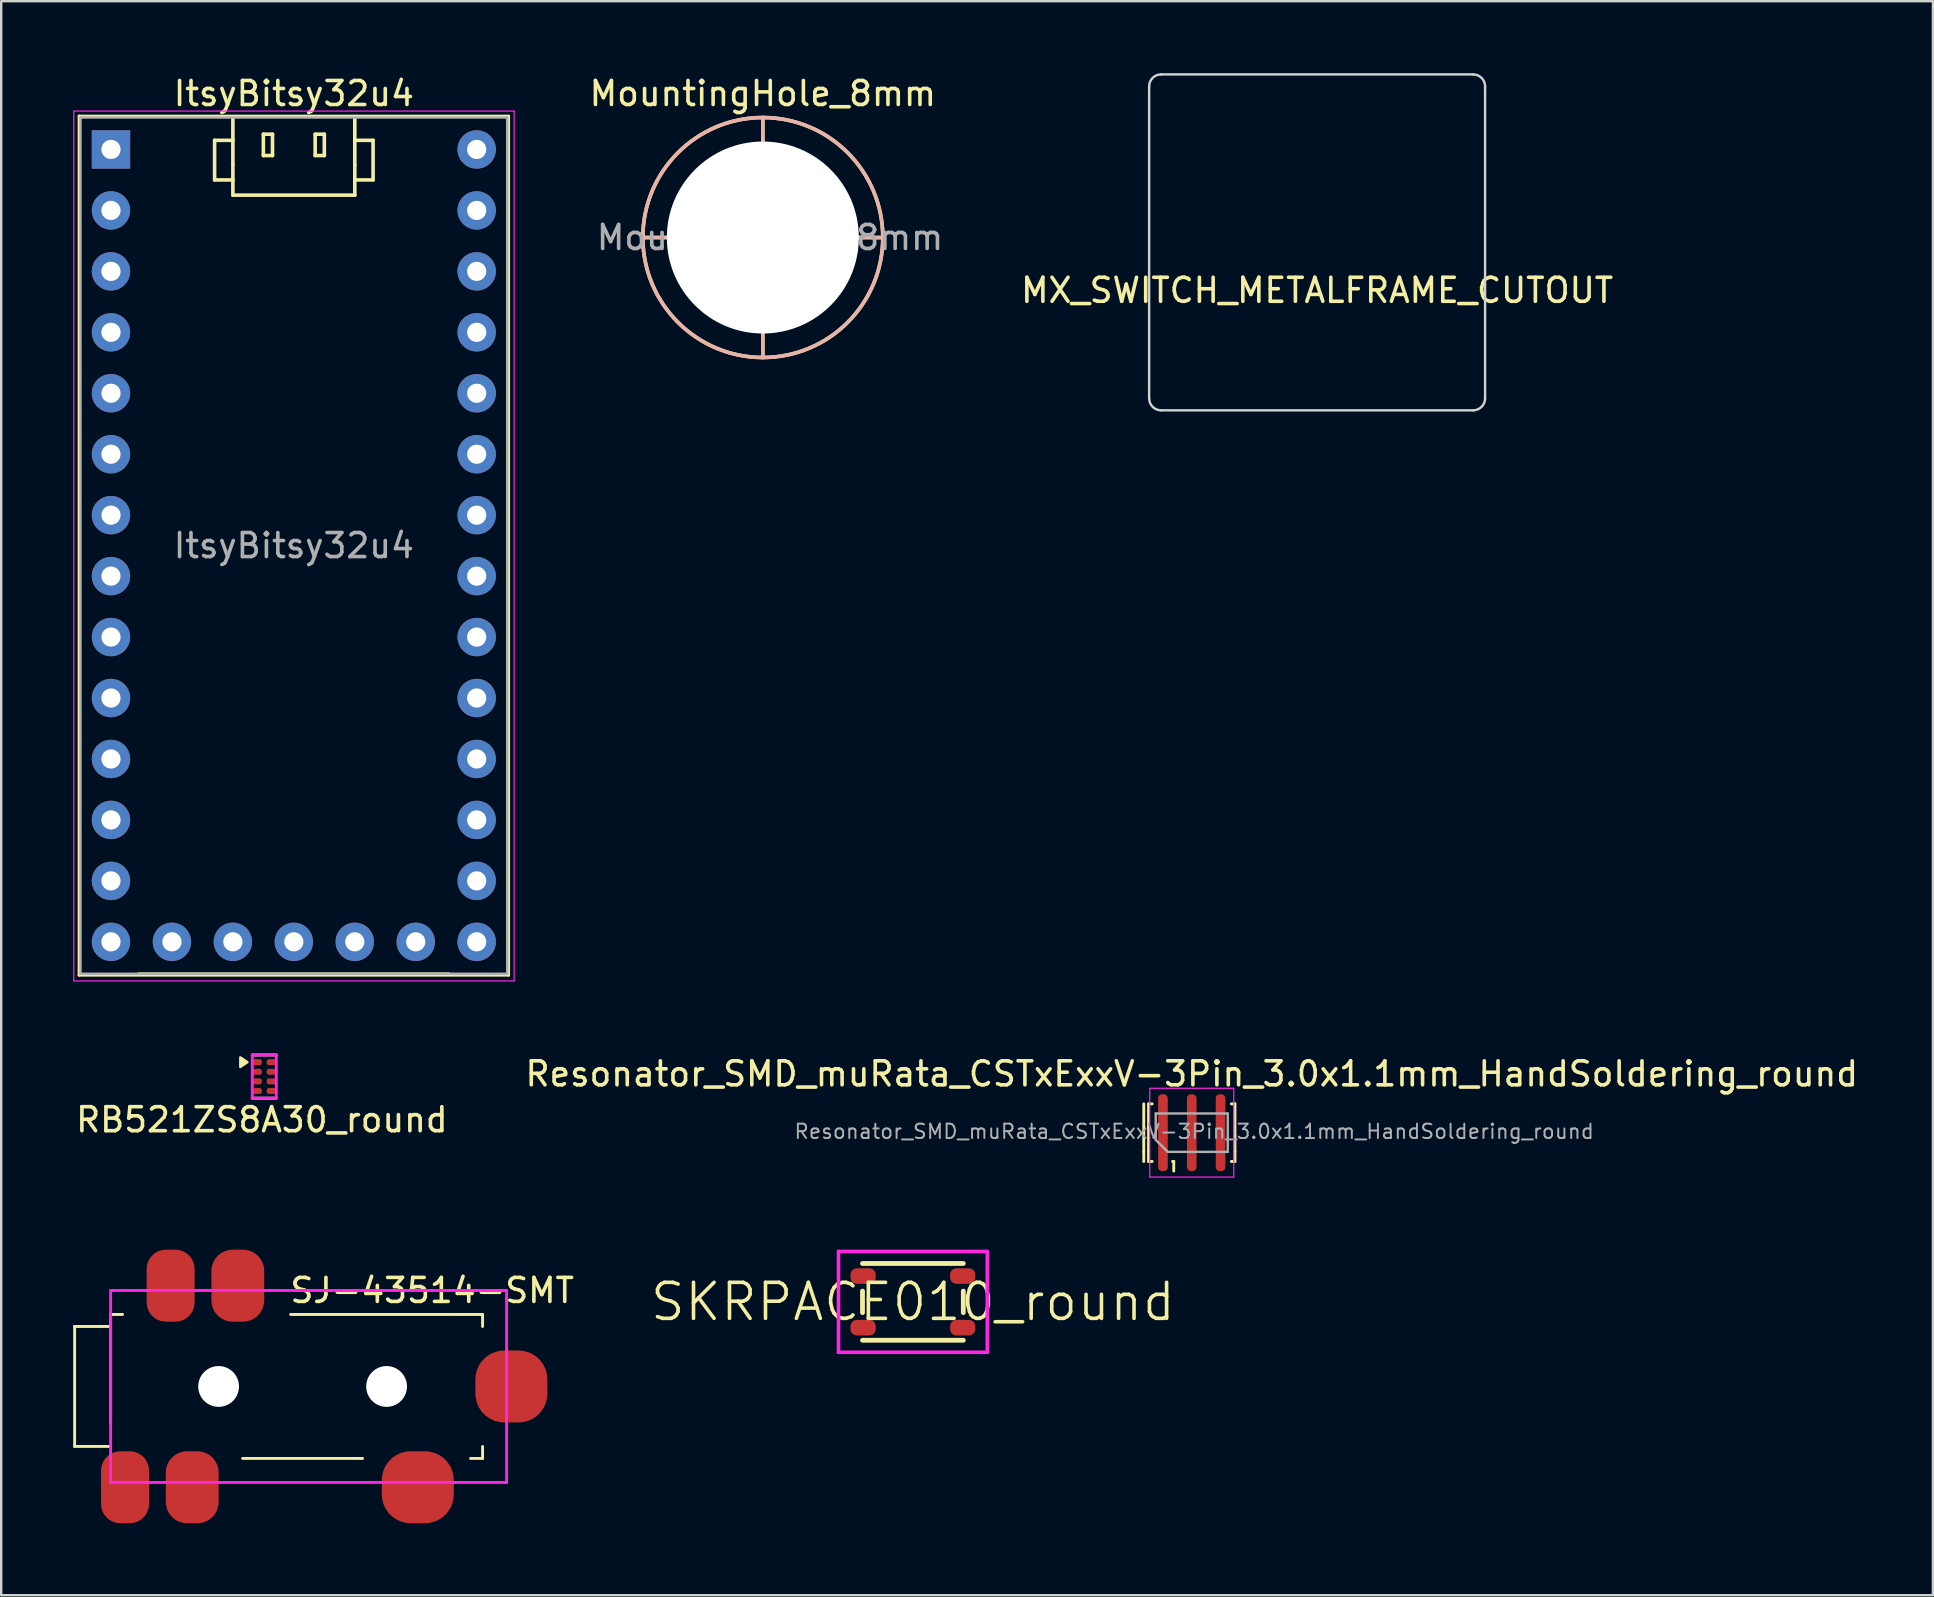
<source format=kicad_pcb>
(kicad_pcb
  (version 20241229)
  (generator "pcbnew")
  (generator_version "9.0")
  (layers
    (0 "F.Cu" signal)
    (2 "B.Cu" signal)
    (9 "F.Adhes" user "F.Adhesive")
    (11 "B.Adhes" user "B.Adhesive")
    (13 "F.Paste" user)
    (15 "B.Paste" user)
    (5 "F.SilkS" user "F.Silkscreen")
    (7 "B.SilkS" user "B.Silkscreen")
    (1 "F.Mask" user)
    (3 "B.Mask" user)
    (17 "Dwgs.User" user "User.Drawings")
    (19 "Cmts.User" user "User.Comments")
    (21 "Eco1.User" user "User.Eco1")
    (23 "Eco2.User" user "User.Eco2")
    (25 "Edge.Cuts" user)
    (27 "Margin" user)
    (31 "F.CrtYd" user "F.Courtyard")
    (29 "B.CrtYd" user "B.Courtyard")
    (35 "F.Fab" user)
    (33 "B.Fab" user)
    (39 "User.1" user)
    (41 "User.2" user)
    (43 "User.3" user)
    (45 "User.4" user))
  (footprint "ItsyBitsy32u4"
    (layer "F.Cu")
    (at 9.195 19.688)
    (property "Reference" "ItsyBitsy32u4" (at 0 -18.84 0) (layer "F.SilkS") (effects (font (size 1 1) (thickness 0.15))))
    (attr through_hole)
    (fp_line (start -8.95 -17.9) (end -8.95 17.9) (stroke (width 0.12) (type solid)) (layer "F.SilkS"))
    (fp_line (start -8.95 17.9) (end 8.95 17.9) (stroke (width 0.12) (type solid)) (layer "F.SilkS"))
    (fp_line (start -6.46 17.84) (end 6.46 17.84) (stroke (width 0.12) (type solid)) (layer "F.SilkS"))
    (fp_line (start -3.302 -16.891) (end -3.302 -15.24) (stroke (width 0.15) (type solid)) (layer "F.SilkS"))
    (fp_line (start -3.302 -15.24) (end -2.54 -15.24) (stroke (width 0.15) (type solid)) (layer "F.SilkS"))
    (fp_line (start -2.54 -17.78) (end -2.54 -15.875) (stroke (width 0.15) (type solid)) (layer "F.SilkS"))
    (fp_line (start -2.54 -16.891) (end -3.302 -16.891) (stroke (width 0.15) (type solid)) (layer "F.SilkS"))
    (fp_line (start -2.54 -15.875) (end -2.54 -14.605) (stroke (width 0.15) (type solid)) (layer "F.SilkS"))
    (fp_line (start -2.54 -14.605) (end 2.54 -14.605) (stroke (width 0.15) (type solid)) (layer "F.SilkS"))
    (fp_line (start -1.27 -17.145) (end -0.889 -17.145) (stroke (width 0.15) (type solid)) (layer "F.SilkS"))
    (fp_line (start -1.27 -16.256) (end -1.27 -17.145) (stroke (width 0.15) (type solid)) (layer "F.SilkS"))
    (fp_line (start -0.889 -17.145) (end -0.889 -16.256) (stroke (width 0.15) (type solid)) (layer "F.SilkS"))
    (fp_line (start -0.889 -16.256) (end -1.27 -16.256) (stroke (width 0.15) (type solid)) (layer "F.SilkS"))
    (fp_line (start 0.889 -17.145) (end 0.889 -16.256) (stroke (width 0.15) (type solid)) (layer "F.SilkS"))
    (fp_line (start 0.889 -16.256) (end 1.27 -16.256) (stroke (width 0.15) (type solid)) (layer "F.SilkS"))
    (fp_line (start 1.27 -17.145) (end 0.889 -17.145) (stroke (width 0.15) (type solid)) (layer "F.SilkS"))
    (fp_line (start 1.27 -16.256) (end 1.27 -17.145) (stroke (width 0.15) (type solid)) (layer "F.SilkS"))
    (fp_line (start 2.54 -16.891) (end 3.302 -16.891) (stroke (width 0.15) (type solid)) (layer "F.SilkS"))
    (fp_line (start 2.54 -15.875) (end 2.54 -17.78) (stroke (width 0.15) (type solid)) (layer "F.SilkS"))
    (fp_line (start 2.54 -14.605) (end 2.54 -15.875) (stroke (width 0.15) (type solid)) (layer "F.SilkS"))
    (fp_line (start 3.302 -16.891) (end 3.302 -15.24) (stroke (width 0.15) (type solid)) (layer "F.SilkS"))
    (fp_line (start 3.302 -15.24) (end 2.54 -15.24) (stroke (width 0.15) (type solid)) (layer "F.SilkS"))
    (fp_line (start 8.95 -17.9) (end -8.95 -17.9) (stroke (width 0.12) (type solid)) (layer "F.SilkS"))
    (fp_line (start 8.95 17.9) (end 8.95 -17.9) (stroke (width 0.12) (type solid)) (layer "F.SilkS"))
    (fp_line (start -9.17 -18.11) (end -9.17 18.14) (stroke (width 0.05) (type solid)) (layer "F.CrtYd"))
    (fp_line (start -9.17 18.14) (end 9.18 18.14) (stroke (width 0.05) (type solid)) (layer "F.CrtYd"))
    (fp_line (start 9.18 -18.11) (end -9.17 -18.11) (stroke (width 0.05) (type solid)) (layer "F.CrtYd"))
    (fp_line (start 9.18 18.14) (end 9.18 -18.11) (stroke (width 0.05) (type solid)) (layer "F.CrtYd"))
    (fp_line (start -8.89 -17.84) (end -8.89 17.84) (stroke (width 0.1) (type solid)) (layer "F.Fab"))
    (fp_line (start -8.89 17.84) (end 8.89 17.84) (stroke (width 0.1) (type solid)) (layer "F.Fab"))
    (fp_line (start 8.89 -17.84) (end -8.89 -17.84) (stroke (width 0.1) (type solid)) (layer "F.Fab"))
    (fp_line (start 8.89 17.84) (end 8.89 -17.84) (stroke (width 0.1) (type solid)) (layer "F.Fab"))
    (fp_text user "${REFERENCE}" (at 0 0 0) (layer "F.Fab") (effects (font (size 1 1) (thickness 0.15))))
    (pad "1" thru_hole rect (at -7.62 -16.51) (size 1.6 1.6) (drill 0.8) (layers "*.Cu" "*.Mask"))
    (pad "2" thru_hole oval (at -7.62 -13.97) (size 1.6 1.6) (drill 0.8) (layers "*.Cu" "*.Mask"))
    (pad "3" thru_hole oval (at -7.62 -11.43) (size 1.6 1.6) (drill 0.8) (layers "*.Cu" "*.Mask"))
    (pad "4" thru_hole oval (at -7.62 -8.89) (size 1.6 1.6) (drill 0.8) (layers "*.Cu" "*.Mask"))
    (pad "5" thru_hole oval (at -7.62 -6.35) (size 1.6 1.6) (drill 0.8) (layers "*.Cu" "*.Mask"))
    (pad "6" thru_hole oval (at -7.62 -3.81) (size 1.6 1.6) (drill 0.8) (layers "*.Cu" "*.Mask"))
    (pad "7" thru_hole oval (at -7.62 -1.27) (size 1.6 1.6) (drill 0.8) (layers "*.Cu" "*.Mask"))
    (pad "8" thru_hole oval (at -7.62 1.27) (size 1.6 1.6) (drill 0.8) (layers "*.Cu" "*.Mask"))
    (pad "9" thru_hole oval (at -7.62 3.81) (size 1.6 1.6) (drill 0.8) (layers "*.Cu" "*.Mask"))
    (pad "10" thru_hole oval (at -7.62 6.35) (size 1.6 1.6) (drill 0.8) (layers "*.Cu" "*.Mask"))
    (pad "11" thru_hole oval (at -7.62 8.89) (size 1.6 1.6) (drill 0.8) (layers "*.Cu" "*.Mask"))
    (pad "12" thru_hole oval (at -7.62 11.43) (size 1.6 1.6) (drill 0.8) (layers "*.Cu" "*.Mask"))
    (pad "13" thru_hole oval (at -7.62 13.97) (size 1.6 1.6) (drill 0.8) (layers "*.Cu" "*.Mask"))
    (pad "14" thru_hole oval (at -7.62 16.51) (size 1.6 1.6) (drill 0.8) (layers "*.Cu" "*.Mask"))
    (pad "15" thru_hole oval (at -5.08 16.51) (size 1.6 1.6) (drill 0.8) (layers "*.Cu" "*.Mask"))
    (pad "16" thru_hole oval (at -2.54 16.51) (size 1.6 1.6) (drill 0.8) (layers "*.Cu" "*.Mask"))
    (pad "17" thru_hole oval (at 0 16.51) (size 1.6 1.6) (drill 0.8) (layers "*.Cu" "*.Mask"))
    (pad "18" thru_hole oval (at 2.54 16.51) (size 1.6 1.6) (drill 0.8) (layers "*.Cu" "*.Mask"))
    (pad "19" thru_hole oval (at 5.08 16.51) (size 1.6 1.6) (drill 0.8) (layers "*.Cu" "*.Mask"))
    (pad "20" thru_hole oval (at 7.62 16.51) (size 1.6 1.6) (drill 0.8) (layers "*.Cu" "*.Mask"))
    (pad "21" thru_hole oval (at 7.62 13.97) (size 1.6 1.6) (drill 0.8) (layers "*.Cu" "*.Mask"))
    (pad "22" thru_hole oval (at 7.62 11.43) (size 1.6 1.6) (drill 0.8) (layers "*.Cu" "*.Mask"))
    (pad "23" thru_hole oval (at 7.62 8.89) (size 1.6 1.6) (drill 0.8) (layers "*.Cu" "*.Mask"))
    (pad "24" thru_hole oval (at 7.62 6.35) (size 1.6 1.6) (drill 0.8) (layers "*.Cu" "*.Mask"))
    (pad "25" thru_hole oval (at 7.62 3.81) (size 1.6 1.6) (drill 0.8) (layers "*.Cu" "*.Mask"))
    (pad "26" thru_hole oval (at 7.62 1.27) (size 1.6 1.6) (drill 0.8) (layers "*.Cu" "*.Mask"))
    (pad "27" thru_hole oval (at 7.62 -1.27) (size 1.6 1.6) (drill 0.8) (layers "*.Cu" "*.Mask"))
    (pad "28" thru_hole oval (at 7.62 -3.81) (size 1.6 1.6) (drill 0.8) (layers "*.Cu" "*.Mask"))
    (pad "29" thru_hole oval (at 7.62 -6.35) (size 1.6 1.6) (drill 0.8) (layers "*.Cu" "*.Mask"))
    (pad "30" thru_hole oval (at 7.62 -8.89) (size 1.6 1.6) (drill 0.8) (layers "*.Cu" "*.Mask"))
    (pad "31" thru_hole oval (at 7.62 -11.43) (size 1.6 1.6) (drill 0.8) (layers "*.Cu" "*.Mask"))
    (pad "32" thru_hole oval (at 7.62 -13.97) (size 1.6 1.6) (drill 0.8) (layers "*.Cu" "*.Mask"))
    (pad "33" thru_hole oval (at 7.62 -16.51) (size 1.6 1.6) (drill 0.8) (layers "*.Cu" "*.Mask")))
  (footprint "SKRPACE010_round"
    (layer "F.Cu")
    (at 34.993 51.202)
    (property "Reference" "SKRPACE010_round" (at 0 0 0) (layer "F.SilkS") (effects (font (size 1.5 1.5) (thickness 0.15))))
    (attr through_hole)
    (fp_line (start -2.1 -1.6) (end 2.1 -1.6) (stroke (width 0.2) (type solid)) (layer "F.SilkS"))
    (fp_line (start -2.1 0.45) (end -2.1 -0.45) (stroke (width 0.2) (type solid)) (layer "F.SilkS"))
    (fp_line (start -2.1 1.6) (end 2.1 1.6) (stroke (width 0.2) (type solid)) (layer "F.SilkS"))
    (fp_line (start 2.1 -0.45) (end 2.1 0.45) (stroke (width 0.2) (type solid)) (layer "F.SilkS"))
    (fp_line (start -3.1 -2.1) (end 3.1 -2.1) (stroke (width 0.15) (type solid)) (layer "F.CrtYd"))
    (fp_line (start -3.1 2.1) (end -3.1 -2.1) (stroke (width 0.15) (type solid)) (layer "F.CrtYd"))
    (fp_line (start 3.1 -2.1) (end 3.1 2.1) (stroke (width 0.15) (type solid)) (layer "F.CrtYd"))
    (fp_line (start 3.1 2.1) (end -3.1 2.1) (stroke (width 0.15) (type solid)) (layer "F.CrtYd"))
    (pad "1" smd roundrect (at -2.075 -1.075) (size 1.05 0.65) (layers "F.Cu" "F.Mask" "F.Paste") (roundrect_rratio 0.4))
    (pad "2" smd roundrect (at 2.075 -1.075) (size 1.05 0.65) (layers "F.Cu" "F.Mask" "F.Paste") (roundrect_rratio 0.4))
    (pad "3" smd roundrect (at -2.075 1.075) (size 1.05 0.65) (layers "F.Cu" "F.Mask" "F.Paste") (roundrect_rratio 0.4))
    (pad "4" smd roundrect (at 2.075 1.075) (size 1.05 0.65) (layers "F.Cu" "F.Mask" "F.Paste") (roundrect_rratio 0.4)))
  (footprint "RB521ZS8A30_round"
    (layer "F.Cu")
    (at 7.663 41.213)
    (property "Reference" "RB521ZS8A30_round" (at 0.2 2.4 0) (layer "F.SilkS") (effects (font (size 1 1) (thickness 0.15))))
    (attr through_hole)
    (fp_line (start -0.2 -0.3) (end 0.8 -0.3) (stroke (width 0.12) (type solid)) (layer "F.SilkS"))
    (fp_line (start 0.8 1.5) (end -0.2 1.5) (stroke (width 0.12) (type solid)) (layer "F.SilkS"))
    (fp_poly (pts (xy -0.4 0) (xy -0.7 -0.2) (xy -0.7 0.2)) (stroke (width 0.1) (type solid)) (fill yes) (layer "F.SilkS"))
    (fp_line (start -0.2 -0.3) (end 0.8 -0.3) (stroke (width 0.12) (type solid)) (layer "F.CrtYd"))
    (fp_line (start -0.2 1.5) (end -0.2 -0.3) (stroke (width 0.12) (type solid)) (layer "F.CrtYd"))
    (fp_line (start 0.8 -0.3) (end 0.8 1.5) (stroke (width 0.12) (type solid)) (layer "F.CrtYd"))
    (fp_line (start 0.8 1.5) (end -0.2 1.5) (stroke (width 0.12) (type solid)) (layer "F.CrtYd"))
    (pad "1" smd roundrect (at 0 0) (size 0.4 0.25) (layers "F.Cu" "F.Mask" "F.Paste") (roundrect_rratio 0.4))
    (pad "2" smd roundrect (at 0 0.4) (size 0.4 0.25) (layers "F.Cu" "F.Mask" "F.Paste") (roundrect_rratio 0.4))
    (pad "3" smd roundrect (at 0 0.8) (size 0.4 0.25) (layers "F.Cu" "F.Mask" "F.Paste") (roundrect_rratio 0.4))
    (pad "4" smd roundrect (at 0 1.2) (size 0.4 0.25) (layers "F.Cu" "F.Mask" "F.Paste") (roundrect_rratio 0.4))
    (pad "5" smd roundrect (at 0.6 0) (size 0.4 0.25) (layers "F.Cu" "F.Mask" "F.Paste") (roundrect_rratio 0.4))
    (pad "6" smd roundrect (at 0.6 0.4) (size 0.4 0.25) (layers "F.Cu" "F.Mask" "F.Paste") (roundrect_rratio 0.4))
    (pad "7" smd roundrect (at 0.6 0.8) (size 0.4 0.25) (layers "F.Cu" "F.Mask" "F.Paste") (roundrect_rratio 0.4))
    (pad "8" smd roundrect (at 0.6 1.2) (size 0.4 0.25) (layers "F.Cu" "F.Mask" "F.Paste") (roundrect_rratio 0.4)))
  (footprint "MountingHole_8mm"
    (layer "F.Cu")
    (at 28.739 6.848)
    (property "Reference" "MountingHole_8mm" (at 0 -6 0) (layer "F.SilkS") (effects (font (size 1 1) (thickness 0.15))))
    (attr exclude_from_pos_files exclude_from_bom)
    (fp_line (start -5 0) (end 5 0) (stroke (width 0.15) (type solid)) (layer "F.SilkS"))
    (fp_line (start 0 -5) (end 0 5) (stroke (width 0.15) (type solid)) (layer "F.SilkS"))
    (fp_circle (center 0 0) (end 5 0) (stroke (width 0.15) (type solid)) (fill no) (layer "F.SilkS"))
    (fp_line (start -5 0) (end 5 0) (stroke (width 0.15) (type solid)) (layer "B.SilkS"))
    (fp_line (start 0 -5) (end 0 5) (stroke (width 0.15) (type solid)) (layer "B.SilkS"))
    (fp_circle (center 0 0) (end 5 0) (stroke (width 0.15) (type solid)) (fill no) (layer "B.SilkS"))
    (fp_text user "${REFERENCE}" (at 0.3 0 0) (layer "F.Fab") (effects (font (size 1 1) (thickness 0.15))))
    (pad "" np_thru_hole circle (at 0 0) (size 8 8) (drill 8) (layers "*.Cu" "*.Mask")))
  (footprint "Resonator_SMD_muRata_CSTxExxV-3Pin_3.0x1.1mm_HandSoldering_round"
    (layer "F.Cu")
    (at 46.613 44.151)
    (property "Reference" "Resonator_SMD_muRata_CSTxExxV-3Pin_3.0x1.1mm_HandSoldering_round" (at 0 -2.45 0) (layer "F.SilkS") (effects (font (size 1 1) (thickness 0.15))))
    (attr smd)
    (fp_line (start -2 -1.2) (end -2 0.8) (stroke (width 0.12) (type solid)) (layer "F.SilkS"))
    (fp_line (start -2 0.8) (end -2 1.2) (stroke (width 0.12) (type solid)) (layer "F.SilkS"))
    (fp_line (start -1.8 -1.2) (end -1.65 -1.2) (stroke (width 0.12) (type solid)) (layer "F.SilkS"))
    (fp_line (start -1.8 0.8) (end -1.8 -1.2) (stroke (width 0.12) (type solid)) (layer "F.SilkS"))
    (fp_line (start -1.8 0.8) (end -1.8 1.2) (stroke (width 0.12) (type solid)) (layer "F.SilkS"))
    (fp_line (start -1.8 1.2) (end -1.65 1.2) (stroke (width 0.12) (type solid)) (layer "F.SilkS"))
    (fp_line (start -0.75 1.2) (end -0.8 1.2) (stroke (width 0.12) (type solid)) (layer "F.SilkS"))
    (fp_line (start -0.75 1.2) (end -0.75 1.6) (stroke (width 0.12) (type solid)) (layer "F.SilkS"))
    (fp_line (start 1.8 -1.2) (end 1.65 -1.2) (stroke (width 0.12) (type solid)) (layer "F.SilkS"))
    (fp_line (start 1.8 -1.2) (end 1.8 0.8) (stroke (width 0.12) (type solid)) (layer "F.SilkS"))
    (fp_line (start 1.8 0.8) (end 1.8 1.2) (stroke (width 0.12) (type solid)) (layer "F.SilkS"))
    (fp_line (start 1.8 1.2) (end 1.65 1.2) (stroke (width 0.12) (type solid)) (layer "F.SilkS"))
    (fp_line (start -1.75 -1.85) (end 1.75 -1.85) (stroke (width 0.05) (type solid)) (layer "F.CrtYd"))
    (fp_line (start -1.75 1.85) (end -1.75 -1.85) (stroke (width 0.05) (type solid)) (layer "F.CrtYd"))
    (fp_line (start 1.75 -1.85) (end 1.75 1.85) (stroke (width 0.05) (type solid)) (layer "F.CrtYd"))
    (fp_line (start 1.75 1.85) (end -1.75 1.85) (stroke (width 0.05) (type solid)) (layer "F.CrtYd"))
    (fp_line (start -1.5 0.3) (end -1.5 -0.8) (stroke (width 0.1) (type solid)) (layer "F.Fab"))
    (fp_line (start -1 0.8) (end -1.5 0.3) (stroke (width 0.1) (type solid)) (layer "F.Fab"))
    (fp_line (start -1 0.8) (end 1.5 0.8) (stroke (width 0.1) (type solid)) (layer "F.Fab"))
    (fp_line (start 1.5 -0.8) (end -1.5 -0.8) (stroke (width 0.1) (type solid)) (layer "F.Fab"))
    (fp_line (start 1.5 0.8) (end 1.5 -0.8) (stroke (width 0.1) (type solid)) (layer "F.Fab"))
    (fp_text user "${REFERENCE}" (at 0.1 -0.05 0) (layer "F.Fab") (effects (font (size 0.6 0.6) (thickness 0.08))))
    (pad "1" smd roundrect (at -1.2 0) (size 0.4 3.2) (layers "F.Cu" "F.Mask" "F.Paste") (roundrect_rratio 0.4))
    (pad "2" smd roundrect (at 0 0) (size 0.4 3.2) (layers "F.Cu" "F.Mask" "F.Paste") (roundrect_rratio 0.4))
    (pad "3" smd roundrect (at 1.2 0) (size 0.4 3.2) (layers "F.Cu" "F.Mask" "F.Paste") (roundrect_rratio 0.4)))
  (footprint "SJ-43514-SMT"
    (layer "F.Cu")
    (at 1.56 54.727)
    (property "Reference" "SJ-43514-SMT" (at 13.4 -4 0) (layer "F.SilkS") (effects (font (size 1 1) (thickness 0.15))))
    (attr through_hole)
    (fp_line (start -1.5 -2.5) (end -1.5 2.5) (stroke (width 0.12) (type solid)) (layer "F.SilkS"))
    (fp_line (start -1.5 2.5) (end 0 2.5) (stroke (width 0.12) (type solid)) (layer "F.SilkS"))
    (fp_line (start 0 -3) (end 0 1.5) (stroke (width 0.12) (type solid)) (layer "F.SilkS"))
    (fp_line (start 0 -2.5) (end -1.5 -2.5) (stroke (width 0.12) (type solid)) (layer "F.SilkS"))
    (fp_line (start 0.5 -3) (end 0 -3) (stroke (width 0.12) (type solid)) (layer "F.SilkS"))
    (fp_line (start 7.5 -3) (end 15.5 -3) (stroke (width 0.12) (type solid)) (layer "F.SilkS"))
    (fp_line (start 10.5 3) (end 5.5 3) (stroke (width 0.12) (type solid)) (layer "F.SilkS"))
    (fp_line (start 15.5 -3) (end 15.5 -2.5) (stroke (width 0.12) (type solid)) (layer "F.SilkS"))
    (fp_line (start 15.5 2.5) (end 15.5 3) (stroke (width 0.12) (type solid)) (layer "F.SilkS"))
    (fp_line (start 15.5 3) (end 15 3) (stroke (width 0.12) (type solid)) (layer "F.SilkS"))
    (fp_line (start 0 -4) (end 16.5 -4) (stroke (width 0.12) (type solid)) (layer "F.CrtYd"))
    (fp_line (start 0 4) (end 0 -4) (stroke (width 0.12) (type solid)) (layer "F.CrtYd"))
    (fp_line (start 16.5 -4) (end 16.5 4) (stroke (width 0.12) (type solid)) (layer "F.CrtYd"))
    (fp_line (start 16.5 4) (end 0 4) (stroke (width 0.12) (type solid)) (layer "F.CrtYd"))
    (pad "" np_thru_hole circle (at 4.5 0) (size 1.7 1.7) (drill 1.7) (layers "*.Cu" "*.Mask"))
    (pad "" np_thru_hole circle (at 11.5 0) (size 1.7 1.7) (drill 1.7) (layers "*.Cu" "*.Mask"))
    (pad "1" smd roundrect (at 0.6 4.2) (size 2 3) (layers "F.Cu" "F.Mask" "F.Paste") (roundrect_rratio 0.4))
    (pad "2" smd roundrect (at 12.8 4.2) (size 3 3) (layers "F.Cu" "F.Mask" "F.Paste") (roundrect_rratio 0.4))
    (pad "3" smd roundrect (at 5.3 -4.2) (size 2.2 3) (layers "F.Cu" "F.Mask" "F.Paste") (roundrect_rratio 0.4))
    (pad "4" smd roundrect (at 3.4 4.2) (size 2.2 3) (layers "F.Cu" "F.Mask" "F.Paste") (roundrect_rratio 0.4))
    (pad "5" smd roundrect (at 16.7 0) (size 3 3) (layers "F.Cu" "F.Mask" "F.Paste") (roundrect_rratio 0.4))
    (pad "6" smd roundrect (at 2.5 -4.2) (size 2 3) (layers "F.Cu" "F.Mask" "F.Paste") (roundrect_rratio 0.4)))
  (footprint "MX_SWITCH_METALFRAME_CUTOUT"
    (layer "F.Cu")
    (at 51.837 7.05)
    (property "Reference" "MX_SWITCH_METALFRAME_CUTOUT" (at 0 2 0) (layer "F.SilkS") (effects (font (size 1 1) (thickness 0.15))))
    (attr through_hole)
    (fp_line (start -7 6.5) (end -7 -6.5) (stroke (width 0.1) (type solid)) (layer "Edge.Cuts"))
    (fp_line (start -6.5 -7) (end 6.5 -7) (stroke (width 0.1) (type solid)) (layer "Edge.Cuts"))
    (fp_line (start 6.5 7) (end -6.5 7) (stroke (width 0.1) (type solid)) (layer "Edge.Cuts"))
    (fp_line (start 7 -6.5) (end 7 6.5) (stroke (width 0.1) (type solid)) (layer "Edge.Cuts"))
    (fp_arc (start -7 -6.5) (mid -6.853553 -6.853553) (end -6.5 -7) (stroke (width 0.1) (type solid)) (layer "Edge.Cuts"))
    (fp_arc (start -6.5 7) (mid -6.853553 6.853553) (end -7 6.5) (stroke (width 0.1) (type solid)) (layer "Edge.Cuts"))
    (fp_arc (start 6.5 -7) (mid 6.853553 -6.853553) (end 7 -6.5) (stroke (width 0.1) (type solid)) (layer "Edge.Cuts"))
    (fp_arc (start 7 6.5) (mid 6.853553 6.853553) (end 6.5 7) (stroke (width 0.1) (type solid)) (layer "Edge.Cuts")))
  (gr_rect
    (start -3 -3)
    (end 77.5 63.426)
    (stroke (width 0.1) (type default))
    (fill no)
    (layer "Edge.Cuts")))
</source>
